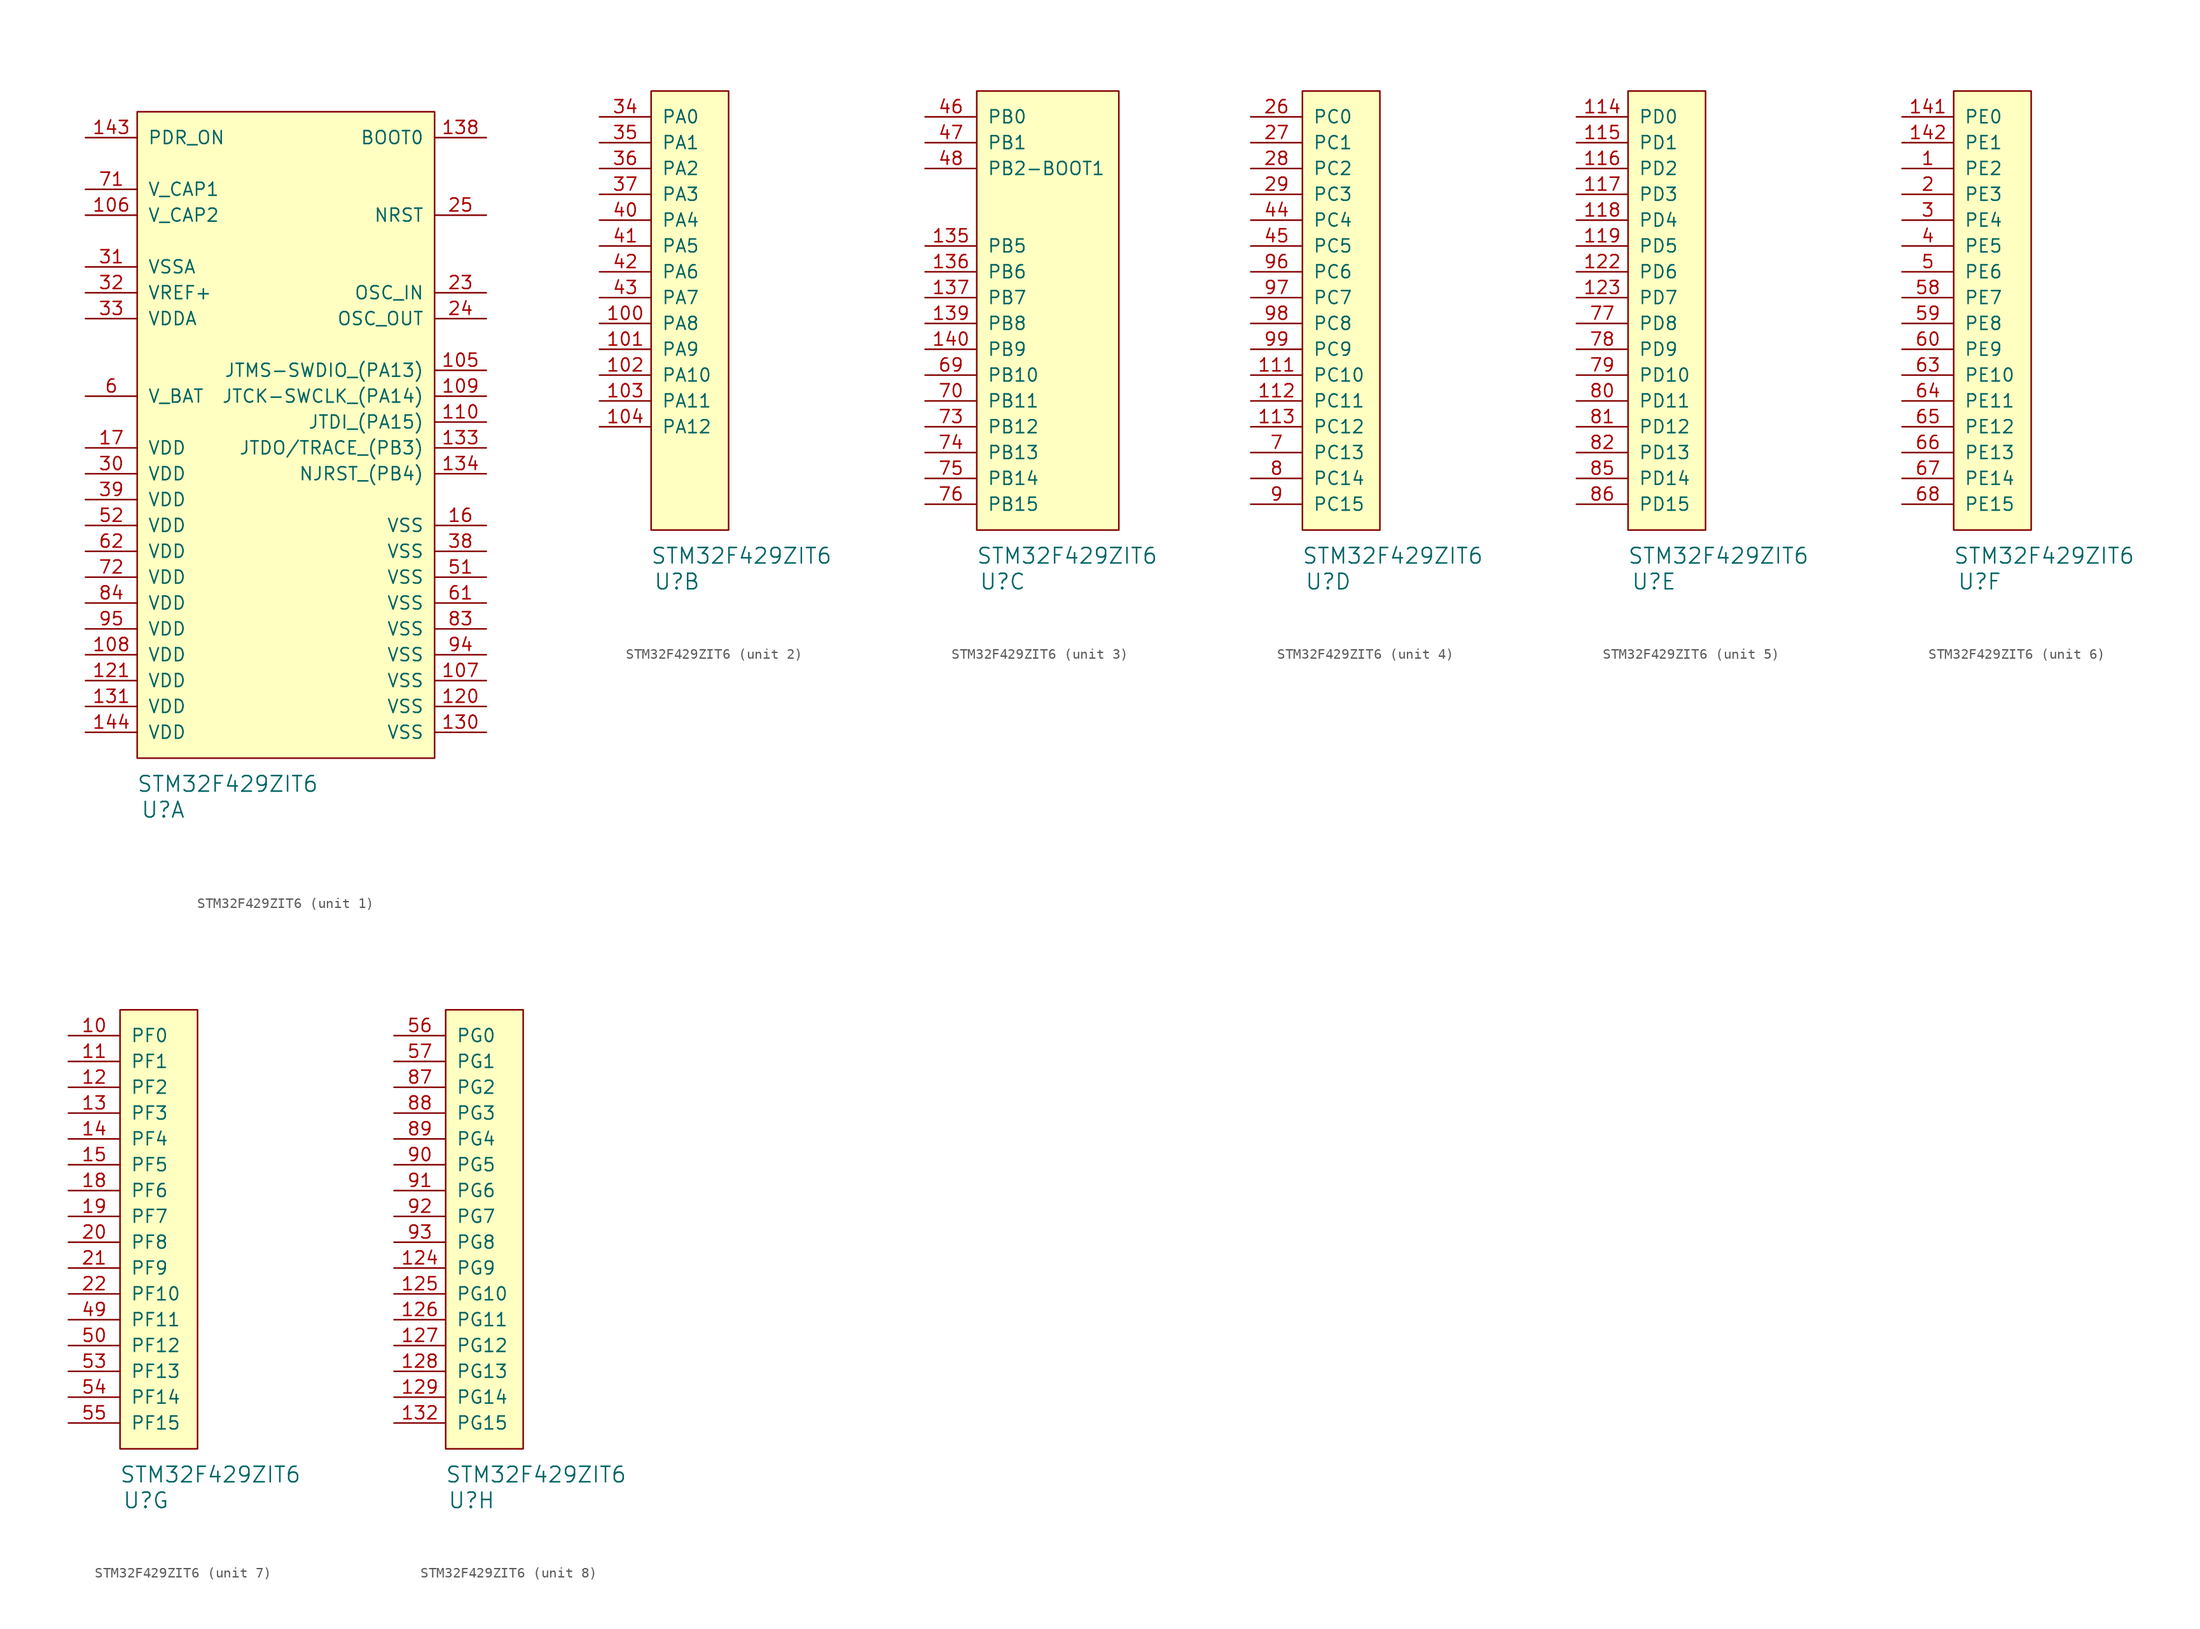
<source format=kicad_sym>
(kicad_symbol_lib
  (version 20211014)
  (generator kicad_symbol_editor)
  (symbol "STM32F429ZIT6"
    (pin_names
      (offset 1.016))
    (property "Reference" "U"
      (at 2.54 -5.08 0)
      (effects (font (size 1.524 1.524))))
    (property "Value" "STM32F429ZIT6"
      (at 8.89 -2.54 0)
      (effects (font (size 1.524 1.524))))
    (property "Footprint" ""
      (at 0 0 0)
      (effects (font (size 1.524 1.524))))
    (property "Datasheet" ""
      (at 0 0 0)
      (effects (font (size 1.524 1.524))))
    (symbol "STM32F429ZIT6_1_1"
      (rectangle (start 0 0) (end 29.21 63.5) (stroke (width 0) (type default) (color 0 0 0 0)) (fill (type background)))
      (pin bidirectional line (at 34.29 38.1 180) (length 5.08) (name "JTMS-SWDIO_(PA13)" (effects (font (size 1.27 1.27)))) (number "105" (effects (font (size 1.27 1.27)))))
      (pin power_out line (at -5.08 53.34 0) (length 5.08) (name "V_CAP2" (effects (font (size 1.27 1.27)))) (number "106" (effects (font (size 1.27 1.27)))))
      (pin power_in line (at 34.29 7.62 180) (length 5.08) (name "VSS" (effects (font (size 1.27 1.27)))) (number "107" (effects (font (size 1.27 1.27)))))
      (pin power_in line (at -5.08 10.16 0) (length 5.08) (name "VDD" (effects (font (size 1.27 1.27)))) (number "108" (effects (font (size 1.27 1.27)))))
      (pin bidirectional line (at 34.29 35.56 180) (length 5.08) (name "JTCK-SWCLK_(PA14)" (effects (font (size 1.27 1.27)))) (number "109" (effects (font (size 1.27 1.27)))))
      (pin bidirectional line (at 34.29 33.02 180) (length 5.08) (name "JTDI_(PA15)" (effects (font (size 1.27 1.27)))) (number "110" (effects (font (size 1.27 1.27)))))
      (pin power_in line (at 34.29 5.08 180) (length 5.08) (name "VSS" (effects (font (size 1.27 1.27)))) (number "120" (effects (font (size 1.27 1.27)))))
      (pin power_in line (at -5.08 7.62 0) (length 5.08) (name "VDD" (effects (font (size 1.27 1.27)))) (number "121" (effects (font (size 1.27 1.27)))))
      (pin power_in line (at 34.29 2.54 180) (length 5.08) (name "VSS" (effects (font (size 1.27 1.27)))) (number "130" (effects (font (size 1.27 1.27)))))
      (pin power_in line (at -5.08 5.08 0) (length 5.08) (name "VDD" (effects (font (size 1.27 1.27)))) (number "131" (effects (font (size 1.27 1.27)))))
      (pin bidirectional line (at 34.29 30.48 180) (length 5.08) (name "JTDO/TRACE_(PB3)" (effects (font (size 1.27 1.27)))) (number "133" (effects (font (size 1.27 1.27)))))
      (pin bidirectional line (at 34.29 27.94 180) (length 5.08) (name "NJRST_(PB4)" (effects (font (size 1.27 1.27)))) (number "134" (effects (font (size 1.27 1.27)))))
      (pin input line (at 34.29 60.96 180) (length 5.08) (name "BOOT0" (effects (font (size 1.27 1.27)))) (number "138" (effects (font (size 1.27 1.27)))))
      (pin input line (at -5.08 60.96 0) (length 5.08) (name "PDR_ON" (effects (font (size 1.27 1.27)))) (number "143" (effects (font (size 1.27 1.27)))))
      (pin power_in line (at -5.08 2.54 0) (length 5.08) (name "VDD" (effects (font (size 1.27 1.27)))) (number "144" (effects (font (size 1.27 1.27)))))
      (pin power_in line (at 34.29 22.86 180) (length 5.08) (name "VSS" (effects (font (size 1.27 1.27)))) (number "16" (effects (font (size 1.27 1.27)))))
      (pin power_in line (at -5.08 30.48 0) (length 5.08) (name "VDD" (effects (font (size 1.27 1.27)))) (number "17" (effects (font (size 1.27 1.27)))))
      (pin input line (at 34.29 45.72 180) (length 5.08) (name "OSC_IN" (effects (font (size 1.27 1.27)))) (number "23" (effects (font (size 1.27 1.27)))))
      (pin output line (at 34.29 43.18 180) (length 5.08) (name "OSC_OUT" (effects (font (size 1.27 1.27)))) (number "24" (effects (font (size 1.27 1.27)))))
      (pin input line (at 34.29 53.34 180) (length 5.08) (name "NRST" (effects (font (size 1.27 1.27)))) (number "25" (effects (font (size 1.27 1.27)))))
      (pin power_in line (at -5.08 27.94 0) (length 5.08) (name "VDD" (effects (font (size 1.27 1.27)))) (number "30" (effects (font (size 1.27 1.27)))))
      (pin power_in line (at -5.08 48.26 0) (length 5.08) (name "VSSA" (effects (font (size 1.27 1.27)))) (number "31" (effects (font (size 1.27 1.27)))))
      (pin power_in line (at -5.08 45.72 0) (length 5.08) (name "VREF+" (effects (font (size 1.27 1.27)))) (number "32" (effects (font (size 1.27 1.27)))))
      (pin power_in line (at -5.08 43.18 0) (length 5.08) (name "VDDA" (effects (font (size 1.27 1.27)))) (number "33" (effects (font (size 1.27 1.27)))))
      (pin power_in line (at 34.29 20.32 180) (length 5.08) (name "VSS" (effects (font (size 1.27 1.27)))) (number "38" (effects (font (size 1.27 1.27)))))
      (pin power_in line (at -5.08 25.4 0) (length 5.08) (name "VDD" (effects (font (size 1.27 1.27)))) (number "39" (effects (font (size 1.27 1.27)))))
      (pin power_in line (at 34.29 17.78 180) (length 5.08) (name "VSS" (effects (font (size 1.27 1.27)))) (number "51" (effects (font (size 1.27 1.27)))))
      (pin power_in line (at -5.08 22.86 0) (length 5.08) (name "VDD" (effects (font (size 1.27 1.27)))) (number "52" (effects (font (size 1.27 1.27)))))
      (pin power_in line (at -5.08 35.56 0) (length 5.08) (name "V_BAT" (effects (font (size 1.27 1.27)))) (number "6" (effects (font (size 1.27 1.27)))))
      (pin power_in line (at 34.29 15.24 180) (length 5.08) (name "VSS" (effects (font (size 1.27 1.27)))) (number "61" (effects (font (size 1.27 1.27)))))
      (pin power_in line (at -5.08 20.32 0) (length 5.08) (name "VDD" (effects (font (size 1.27 1.27)))) (number "62" (effects (font (size 1.27 1.27)))))
      (pin power_out line (at -5.08 55.88 0) (length 5.08) (name "V_CAP1" (effects (font (size 1.27 1.27)))) (number "71" (effects (font (size 1.27 1.27)))))
      (pin power_in line (at -5.08 17.78 0) (length 5.08) (name "VDD" (effects (font (size 1.27 1.27)))) (number "72" (effects (font (size 1.27 1.27)))))
      (pin power_in line (at 34.29 12.7 180) (length 5.08) (name "VSS" (effects (font (size 1.27 1.27)))) (number "83" (effects (font (size 1.27 1.27)))))
      (pin power_in line (at -5.08 15.24 0) (length 5.08) (name "VDD" (effects (font (size 1.27 1.27)))) (number "84" (effects (font (size 1.27 1.27)))))
      (pin power_in line (at 34.29 10.16 180) (length 5.08) (name "VSS" (effects (font (size 1.27 1.27)))) (number "94" (effects (font (size 1.27 1.27)))))
      (pin power_in line (at -5.08 12.7 0) (length 5.08) (name "VDD" (effects (font (size 1.27 1.27)))) (number "95" (effects (font (size 1.27 1.27))))))
    (symbol "STM32F429ZIT6_2_1"
      (rectangle (start 0 0) (end 7.62 43.18) (stroke (width 0) (type default) (color 0 0 0 0)) (fill (type background)))
      (pin bidirectional line (at -5.08 20.32 0) (length 5.08) (name "PA8" (effects (font (size 1.27 1.27)))) (number "100" (effects (font (size 1.27 1.27)))))
      (pin bidirectional line (at -5.08 17.78 0) (length 5.08) (name "PA9" (effects (font (size 1.27 1.27)))) (number "101" (effects (font (size 1.27 1.27)))))
      (pin bidirectional line (at -5.08 15.24 0) (length 5.08) (name "PA10" (effects (font (size 1.27 1.27)))) (number "102" (effects (font (size 1.27 1.27)))))
      (pin bidirectional line (at -5.08 12.7 0) (length 5.08) (name "PA11" (effects (font (size 1.27 1.27)))) (number "103" (effects (font (size 1.27 1.27)))))
      (pin bidirectional line (at -5.08 10.16 0) (length 5.08) (name "PA12" (effects (font (size 1.27 1.27)))) (number "104" (effects (font (size 1.27 1.27)))))
      (pin bidirectional line (at -5.08 40.64 0) (length 5.08) (name "PA0" (effects (font (size 1.27 1.27)))) (number "34" (effects (font (size 1.27 1.27)))))
      (pin bidirectional line (at -5.08 38.1 0) (length 5.08) (name "PA1" (effects (font (size 1.27 1.27)))) (number "35" (effects (font (size 1.27 1.27)))))
      (pin bidirectional line (at -5.08 35.56 0) (length 5.08) (name "PA2" (effects (font (size 1.27 1.27)))) (number "36" (effects (font (size 1.27 1.27)))))
      (pin bidirectional line (at -5.08 33.02 0) (length 5.08) (name "PA3" (effects (font (size 1.27 1.27)))) (number "37" (effects (font (size 1.27 1.27)))))
      (pin bidirectional line (at -5.08 30.48 0) (length 5.08) (name "PA4" (effects (font (size 1.27 1.27)))) (number "40" (effects (font (size 1.27 1.27)))))
      (pin bidirectional line (at -5.08 27.94 0) (length 5.08) (name "PA5" (effects (font (size 1.27 1.27)))) (number "41" (effects (font (size 1.27 1.27)))))
      (pin bidirectional line (at -5.08 25.4 0) (length 5.08) (name "PA6" (effects (font (size 1.27 1.27)))) (number "42" (effects (font (size 1.27 1.27)))))
      (pin bidirectional line (at -5.08 22.86 0) (length 5.08) (name "PA7" (effects (font (size 1.27 1.27)))) (number "43" (effects (font (size 1.27 1.27))))))
    (symbol "STM32F429ZIT6_3_1"
      (rectangle (start 0 0) (end 13.97 43.18) (stroke (width 0) (type default) (color 0 0 0 0)) (fill (type background)))
      (pin bidirectional line (at -5.08 27.94 0) (length 5.08) (name "PB5" (effects (font (size 1.27 1.27)))) (number "135" (effects (font (size 1.27 1.27)))))
      (pin bidirectional line (at -5.08 25.4 0) (length 5.08) (name "PB6" (effects (font (size 1.27 1.27)))) (number "136" (effects (font (size 1.27 1.27)))))
      (pin bidirectional line (at -5.08 22.86 0) (length 5.08) (name "PB7" (effects (font (size 1.27 1.27)))) (number "137" (effects (font (size 1.27 1.27)))))
      (pin bidirectional line (at -5.08 20.32 0) (length 5.08) (name "PB8" (effects (font (size 1.27 1.27)))) (number "139" (effects (font (size 1.27 1.27)))))
      (pin bidirectional line (at -5.08 17.78 0) (length 5.08) (name "PB9" (effects (font (size 1.27 1.27)))) (number "140" (effects (font (size 1.27 1.27)))))
      (pin bidirectional line (at -5.08 40.64 0) (length 5.08) (name "PB0" (effects (font (size 1.27 1.27)))) (number "46" (effects (font (size 1.27 1.27)))))
      (pin bidirectional line (at -5.08 38.1 0) (length 5.08) (name "PB1" (effects (font (size 1.27 1.27)))) (number "47" (effects (font (size 1.27 1.27)))))
      (pin bidirectional line (at -5.08 35.56 0) (length 5.08) (name "PB2-BOOT1" (effects (font (size 1.27 1.27)))) (number "48" (effects (font (size 1.27 1.27)))))
      (pin bidirectional line (at -5.08 15.24 0) (length 5.08) (name "PB10" (effects (font (size 1.27 1.27)))) (number "69" (effects (font (size 1.27 1.27)))))
      (pin bidirectional line (at -5.08 12.7 0) (length 5.08) (name "PB11" (effects (font (size 1.27 1.27)))) (number "70" (effects (font (size 1.27 1.27)))))
      (pin bidirectional line (at -5.08 10.16 0) (length 5.08) (name "PB12" (effects (font (size 1.27 1.27)))) (number "73" (effects (font (size 1.27 1.27)))))
      (pin bidirectional line (at -5.08 7.62 0) (length 5.08) (name "PB13" (effects (font (size 1.27 1.27)))) (number "74" (effects (font (size 1.27 1.27)))))
      (pin bidirectional line (at -5.08 5.08 0) (length 5.08) (name "PB14" (effects (font (size 1.27 1.27)))) (number "75" (effects (font (size 1.27 1.27)))))
      (pin bidirectional line (at -5.08 2.54 0) (length 5.08) (name "PB15" (effects (font (size 1.27 1.27)))) (number "76" (effects (font (size 1.27 1.27))))))
    (symbol "STM32F429ZIT6_4_1"
      (rectangle (start 0 0) (end 7.62 43.18) (stroke (width 0) (type default) (color 0 0 0 0)) (fill (type background)))
      (pin bidirectional line (at -5.08 15.24 0) (length 5.08) (name "PC10" (effects (font (size 1.27 1.27)))) (number "111" (effects (font (size 1.27 1.27)))))
      (pin bidirectional line (at -5.08 12.7 0) (length 5.08) (name "PC11" (effects (font (size 1.27 1.27)))) (number "112" (effects (font (size 1.27 1.27)))))
      (pin bidirectional line (at -5.08 10.16 0) (length 5.08) (name "PC12" (effects (font (size 1.27 1.27)))) (number "113" (effects (font (size 1.27 1.27)))))
      (pin bidirectional line (at -5.08 40.64 0) (length 5.08) (name "PC0" (effects (font (size 1.27 1.27)))) (number "26" (effects (font (size 1.27 1.27)))))
      (pin bidirectional line (at -5.08 38.1 0) (length 5.08) (name "PC1" (effects (font (size 1.27 1.27)))) (number "27" (effects (font (size 1.27 1.27)))))
      (pin bidirectional line (at -5.08 35.56 0) (length 5.08) (name "PC2" (effects (font (size 1.27 1.27)))) (number "28" (effects (font (size 1.27 1.27)))))
      (pin bidirectional line (at -5.08 33.02 0) (length 5.08) (name "PC3" (effects (font (size 1.27 1.27)))) (number "29" (effects (font (size 1.27 1.27)))))
      (pin bidirectional line (at -5.08 30.48 0) (length 5.08) (name "PC4" (effects (font (size 1.27 1.27)))) (number "44" (effects (font (size 1.27 1.27)))))
      (pin bidirectional line (at -5.08 27.94 0) (length 5.08) (name "PC5" (effects (font (size 1.27 1.27)))) (number "45" (effects (font (size 1.27 1.27)))))
      (pin bidirectional line (at -5.08 7.62 0) (length 5.08) (name "PC13" (effects (font (size 1.27 1.27)))) (number "7" (effects (font (size 1.27 1.27)))))
      (pin bidirectional line (at -5.08 5.08 0) (length 5.08) (name "PC14" (effects (font (size 1.27 1.27)))) (number "8" (effects (font (size 1.27 1.27)))))
      (pin bidirectional line (at -5.08 2.54 0) (length 5.08) (name "PC15" (effects (font (size 1.27 1.27)))) (number "9" (effects (font (size 1.27 1.27)))))
      (pin bidirectional line (at -5.08 25.4 0) (length 5.08) (name "PC6" (effects (font (size 1.27 1.27)))) (number "96" (effects (font (size 1.27 1.27)))))
      (pin bidirectional line (at -5.08 22.86 0) (length 5.08) (name "PC7" (effects (font (size 1.27 1.27)))) (number "97" (effects (font (size 1.27 1.27)))))
      (pin bidirectional line (at -5.08 20.32 0) (length 5.08) (name "PC8" (effects (font (size 1.27 1.27)))) (number "98" (effects (font (size 1.27 1.27)))))
      (pin bidirectional line (at -5.08 17.78 0) (length 5.08) (name "PC9" (effects (font (size 1.27 1.27)))) (number "99" (effects (font (size 1.27 1.27))))))
    (symbol "STM32F429ZIT6_5_1"
      (rectangle (start 0 0) (end 7.62 43.18) (stroke (width 0) (type default) (color 0 0 0 0)) (fill (type background)))
      (pin bidirectional line (at -5.08 40.64 0) (length 5.08) (name "PD0" (effects (font (size 1.27 1.27)))) (number "114" (effects (font (size 1.27 1.27)))))
      (pin bidirectional line (at -5.08 38.1 0) (length 5.08) (name "PD1" (effects (font (size 1.27 1.27)))) (number "115" (effects (font (size 1.27 1.27)))))
      (pin bidirectional line (at -5.08 35.56 0) (length 5.08) (name "PD2" (effects (font (size 1.27 1.27)))) (number "116" (effects (font (size 1.27 1.27)))))
      (pin bidirectional line (at -5.08 33.02 0) (length 5.08) (name "PD3" (effects (font (size 1.27 1.27)))) (number "117" (effects (font (size 1.27 1.27)))))
      (pin bidirectional line (at -5.08 30.48 0) (length 5.08) (name "PD4" (effects (font (size 1.27 1.27)))) (number "118" (effects (font (size 1.27 1.27)))))
      (pin bidirectional line (at -5.08 27.94 0) (length 5.08) (name "PD5" (effects (font (size 1.27 1.27)))) (number "119" (effects (font (size 1.27 1.27)))))
      (pin bidirectional line (at -5.08 25.4 0) (length 5.08) (name "PD6" (effects (font (size 1.27 1.27)))) (number "122" (effects (font (size 1.27 1.27)))))
      (pin bidirectional line (at -5.08 22.86 0) (length 5.08) (name "PD7" (effects (font (size 1.27 1.27)))) (number "123" (effects (font (size 1.27 1.27)))))
      (pin bidirectional line (at -5.08 20.32 0) (length 5.08) (name "PD8" (effects (font (size 1.27 1.27)))) (number "77" (effects (font (size 1.27 1.27)))))
      (pin bidirectional line (at -5.08 17.78 0) (length 5.08) (name "PD9" (effects (font (size 1.27 1.27)))) (number "78" (effects (font (size 1.27 1.27)))))
      (pin bidirectional line (at -5.08 15.24 0) (length 5.08) (name "PD10" (effects (font (size 1.27 1.27)))) (number "79" (effects (font (size 1.27 1.27)))))
      (pin bidirectional line (at -5.08 12.7 0) (length 5.08) (name "PD11" (effects (font (size 1.27 1.27)))) (number "80" (effects (font (size 1.27 1.27)))))
      (pin bidirectional line (at -5.08 10.16 0) (length 5.08) (name "PD12" (effects (font (size 1.27 1.27)))) (number "81" (effects (font (size 1.27 1.27)))))
      (pin bidirectional line (at -5.08 7.62 0) (length 5.08) (name "PD13" (effects (font (size 1.27 1.27)))) (number "82" (effects (font (size 1.27 1.27)))))
      (pin bidirectional line (at -5.08 5.08 0) (length 5.08) (name "PD14" (effects (font (size 1.27 1.27)))) (number "85" (effects (font (size 1.27 1.27)))))
      (pin bidirectional line (at -5.08 2.54 0) (length 5.08) (name "PD15" (effects (font (size 1.27 1.27)))) (number "86" (effects (font (size 1.27 1.27))))))
    (symbol "STM32F429ZIT6_6_1"
      (rectangle (start 0 0) (end 7.62 43.18) (stroke (width 0) (type default) (color 0 0 0 0)) (fill (type background)))
      (pin bidirectional line (at -5.08 35.56 0) (length 5.08) (name "PE2" (effects (font (size 1.27 1.27)))) (number "1" (effects (font (size 1.27 1.27)))))
      (pin bidirectional line (at -5.08 40.64 0) (length 5.08) (name "PE0" (effects (font (size 1.27 1.27)))) (number "141" (effects (font (size 1.27 1.27)))))
      (pin bidirectional line (at -5.08 38.1 0) (length 5.08) (name "PE1" (effects (font (size 1.27 1.27)))) (number "142" (effects (font (size 1.27 1.27)))))
      (pin bidirectional line (at -5.08 33.02 0) (length 5.08) (name "PE3" (effects (font (size 1.27 1.27)))) (number "2" (effects (font (size 1.27 1.27)))))
      (pin bidirectional line (at -5.08 30.48 0) (length 5.08) (name "PE4" (effects (font (size 1.27 1.27)))) (number "3" (effects (font (size 1.27 1.27)))))
      (pin bidirectional line (at -5.08 27.94 0) (length 5.08) (name "PE5" (effects (font (size 1.27 1.27)))) (number "4" (effects (font (size 1.27 1.27)))))
      (pin bidirectional line (at -5.08 25.4 0) (length 5.08) (name "PE6" (effects (font (size 1.27 1.27)))) (number "5" (effects (font (size 1.27 1.27)))))
      (pin bidirectional line (at -5.08 22.86 0) (length 5.08) (name "PE7" (effects (font (size 1.27 1.27)))) (number "58" (effects (font (size 1.27 1.27)))))
      (pin bidirectional line (at -5.08 20.32 0) (length 5.08) (name "PE8" (effects (font (size 1.27 1.27)))) (number "59" (effects (font (size 1.27 1.27)))))
      (pin bidirectional line (at -5.08 17.78 0) (length 5.08) (name "PE9" (effects (font (size 1.27 1.27)))) (number "60" (effects (font (size 1.27 1.27)))))
      (pin bidirectional line (at -5.08 15.24 0) (length 5.08) (name "PE10" (effects (font (size 1.27 1.27)))) (number "63" (effects (font (size 1.27 1.27)))))
      (pin bidirectional line (at -5.08 12.7 0) (length 5.08) (name "PE11" (effects (font (size 1.27 1.27)))) (number "64" (effects (font (size 1.27 1.27)))))
      (pin bidirectional line (at -5.08 10.16 0) (length 5.08) (name "PE12" (effects (font (size 1.27 1.27)))) (number "65" (effects (font (size 1.27 1.27)))))
      (pin bidirectional line (at -5.08 7.62 0) (length 5.08) (name "PE13" (effects (font (size 1.27 1.27)))) (number "66" (effects (font (size 1.27 1.27)))))
      (pin bidirectional line (at -5.08 5.08 0) (length 5.08) (name "PE14" (effects (font (size 1.27 1.27)))) (number "67" (effects (font (size 1.27 1.27)))))
      (pin bidirectional line (at -5.08 2.54 0) (length 5.08) (name "PE15" (effects (font (size 1.27 1.27)))) (number "68" (effects (font (size 1.27 1.27))))))
    (symbol "STM32F429ZIT6_7_1"
      (rectangle (start 0 0) (end 7.62 43.18) (stroke (width 0) (type default) (color 0 0 0 0)) (fill (type background)))
      (pin bidirectional line (at -5.08 40.64 0) (length 5.08) (name "PF0" (effects (font (size 1.27 1.27)))) (number "10" (effects (font (size 1.27 1.27)))))
      (pin bidirectional line (at -5.08 38.1 0) (length 5.08) (name "PF1" (effects (font (size 1.27 1.27)))) (number "11" (effects (font (size 1.27 1.27)))))
      (pin bidirectional line (at -5.08 35.56 0) (length 5.08) (name "PF2" (effects (font (size 1.27 1.27)))) (number "12" (effects (font (size 1.27 1.27)))))
      (pin bidirectional line (at -5.08 33.02 0) (length 5.08) (name "PF3" (effects (font (size 1.27 1.27)))) (number "13" (effects (font (size 1.27 1.27)))))
      (pin bidirectional line (at -5.08 30.48 0) (length 5.08) (name "PF4" (effects (font (size 1.27 1.27)))) (number "14" (effects (font (size 1.27 1.27)))))
      (pin bidirectional line (at -5.08 27.94 0) (length 5.08) (name "PF5" (effects (font (size 1.27 1.27)))) (number "15" (effects (font (size 1.27 1.27)))))
      (pin bidirectional line (at -5.08 25.4 0) (length 5.08) (name "PF6" (effects (font (size 1.27 1.27)))) (number "18" (effects (font (size 1.27 1.27)))))
      (pin bidirectional line (at -5.08 22.86 0) (length 5.08) (name "PF7" (effects (font (size 1.27 1.27)))) (number "19" (effects (font (size 1.27 1.27)))))
      (pin bidirectional line (at -5.08 20.32 0) (length 5.08) (name "PF8" (effects (font (size 1.27 1.27)))) (number "20" (effects (font (size 1.27 1.27)))))
      (pin bidirectional line (at -5.08 17.78 0) (length 5.08) (name "PF9" (effects (font (size 1.27 1.27)))) (number "21" (effects (font (size 1.27 1.27)))))
      (pin bidirectional line (at -5.08 15.24 0) (length 5.08) (name "PF10" (effects (font (size 1.27 1.27)))) (number "22" (effects (font (size 1.27 1.27)))))
      (pin bidirectional line (at -5.08 12.7 0) (length 5.08) (name "PF11" (effects (font (size 1.27 1.27)))) (number "49" (effects (font (size 1.27 1.27)))))
      (pin bidirectional line (at -5.08 10.16 0) (length 5.08) (name "PF12" (effects (font (size 1.27 1.27)))) (number "50" (effects (font (size 1.27 1.27)))))
      (pin bidirectional line (at -5.08 7.62 0) (length 5.08) (name "PF13" (effects (font (size 1.27 1.27)))) (number "53" (effects (font (size 1.27 1.27)))))
      (pin bidirectional line (at -5.08 5.08 0) (length 5.08) (name "PF14" (effects (font (size 1.27 1.27)))) (number "54" (effects (font (size 1.27 1.27)))))
      (pin bidirectional line (at -5.08 2.54 0) (length 5.08) (name "PF15" (effects (font (size 1.27 1.27)))) (number "55" (effects (font (size 1.27 1.27))))))
    (symbol "STM32F429ZIT6_8_1"
      (rectangle (start 0 43.18) (end 7.62 0) (stroke (width 0) (type default) (color 0 0 0 0)) (fill (type background)))
      (pin bidirectional line (at -5.08 17.78 0) (length 5.08) (name "PG9" (effects (font (size 1.27 1.27)))) (number "124" (effects (font (size 1.27 1.27)))))
      (pin bidirectional line (at -5.08 15.24 0) (length 5.08) (name "PG10" (effects (font (size 1.27 1.27)))) (number "125" (effects (font (size 1.27 1.27)))))
      (pin bidirectional line (at -5.08 12.7 0) (length 5.08) (name "PG11" (effects (font (size 1.27 1.27)))) (number "126" (effects (font (size 1.27 1.27)))))
      (pin bidirectional line (at -5.08 10.16 0) (length 5.08) (name "PG12" (effects (font (size 1.27 1.27)))) (number "127" (effects (font (size 1.27 1.27)))))
      (pin bidirectional line (at -5.08 7.62 0) (length 5.08) (name "PG13" (effects (font (size 1.27 1.27)))) (number "128" (effects (font (size 1.27 1.27)))))
      (pin bidirectional line (at -5.08 5.08 0) (length 5.08) (name "PG14" (effects (font (size 1.27 1.27)))) (number "129" (effects (font (size 1.27 1.27)))))
      (pin bidirectional line (at -5.08 2.54 0) (length 5.08) (name "PG15" (effects (font (size 1.27 1.27)))) (number "132" (effects (font (size 1.27 1.27)))))
      (pin bidirectional line (at -5.08 40.64 0) (length 5.08) (name "PG0" (effects (font (size 1.27 1.27)))) (number "56" (effects (font (size 1.27 1.27)))))
      (pin bidirectional line (at -5.08 38.1 0) (length 5.08) (name "PG1" (effects (font (size 1.27 1.27)))) (number "57" (effects (font (size 1.27 1.27)))))
      (pin bidirectional line (at -5.08 35.56 0) (length 5.08) (name "PG2" (effects (font (size 1.27 1.27)))) (number "87" (effects (font (size 1.27 1.27)))))
      (pin bidirectional line (at -5.08 33.02 0) (length 5.08) (name "PG3" (effects (font (size 1.27 1.27)))) (number "88" (effects (font (size 1.27 1.27)))))
      (pin bidirectional line (at -5.08 30.48 0) (length 5.08) (name "PG4" (effects (font (size 1.27 1.27)))) (number "89" (effects (font (size 1.27 1.27)))))
      (pin bidirectional line (at -5.08 27.94 0) (length 5.08) (name "PG5" (effects (font (size 1.27 1.27)))) (number "90" (effects (font (size 1.27 1.27)))))
      (pin bidirectional line (at -5.08 25.4 0) (length 5.08) (name "PG6" (effects (font (size 1.27 1.27)))) (number "91" (effects (font (size 1.27 1.27)))))
      (pin bidirectional line (at -5.08 22.86 0) (length 5.08) (name "PG7" (effects (font (size 1.27 1.27)))) (number "92" (effects (font (size 1.27 1.27)))))
      (pin bidirectional line (at -5.08 20.32 0) (length 5.08) (name "PG8" (effects (font (size 1.27 1.27)))) (number "93" (effects (font (size 1.27 1.27))))))))
</source>
